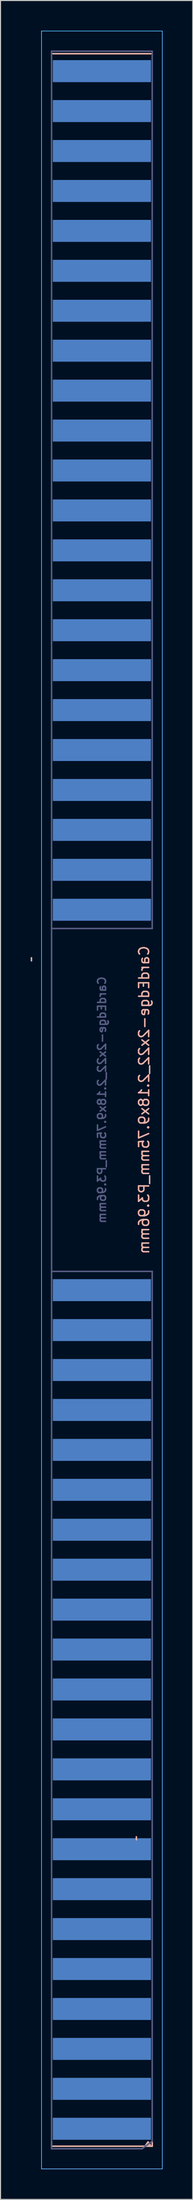
<source format=kicad_pcb>
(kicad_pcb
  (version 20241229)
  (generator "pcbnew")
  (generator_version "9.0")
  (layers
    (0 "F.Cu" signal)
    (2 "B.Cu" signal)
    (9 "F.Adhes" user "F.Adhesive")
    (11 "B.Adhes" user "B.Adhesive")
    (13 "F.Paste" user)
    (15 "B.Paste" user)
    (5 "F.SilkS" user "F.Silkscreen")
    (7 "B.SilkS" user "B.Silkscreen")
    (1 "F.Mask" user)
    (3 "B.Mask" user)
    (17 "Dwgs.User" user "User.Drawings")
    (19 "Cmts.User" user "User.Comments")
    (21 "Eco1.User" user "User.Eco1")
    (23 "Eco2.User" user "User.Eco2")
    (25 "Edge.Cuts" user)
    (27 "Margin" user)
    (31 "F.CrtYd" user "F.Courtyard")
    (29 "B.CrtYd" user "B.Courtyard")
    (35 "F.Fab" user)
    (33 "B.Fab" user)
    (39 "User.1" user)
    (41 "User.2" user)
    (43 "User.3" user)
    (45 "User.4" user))
  (footprint "CardEdge-2x22_2.18x9.75mm_P3.96mm"
    (layer "F.Cu")
    (at 7.075 106.025)
    (property "Reference" "CardEdge-2x22_2.18x9.75mm_P3.96mm" (at 4.191 0 90) (layer "B.SilkS") (effects (font (size 1 1) (thickness 0.15)) (justify mirror)))
    (fp_line (start -7 -14.1) (end -7 -13.8) (stroke (width 0.15) (type solid)) (layer "B.SilkS"))
    (fp_line (start -5 -103.75) (end 5 -103.75) (stroke (width 0.15) (type solid)) (layer "B.SilkS"))
    (fp_line (start -5 103.35) (end -5 103.75) (stroke (width 0.15) (type solid)) (layer "B.SilkS"))
    (fp_line (start -5 103.75) (end 5 103.75) (stroke (width 0.15) (type solid)) (layer "B.SilkS"))
    (fp_line (start 3.425 73.065) (end 3.425 73.365) (stroke (width 0.15) (type solid)) (layer "B.SilkS"))
    (fp_line (start 5 103.35) (end 5 103.75) (stroke (width 0.15) (type solid)) (layer "B.SilkS"))
    (fp_poly (pts (xy 4.586 103.302) (xy 4.346 103.632) (xy 4.826 103.632) (xy 4.586 103.302)) (stroke (width 0.12) (type solid)) (fill yes) (layer "B.SilkS"))
    (fp_line (start -6 -106) (end -6 106) (stroke (width 0.05) (type solid)) (layer "B.CrtYd"))
    (fp_line (start -6 -106) (end 6 -106) (stroke (width 0.05) (type solid)) (layer "B.CrtYd"))
    (fp_line (start -6 106) (end 6 106) (stroke (width 0.05) (type solid)) (layer "B.CrtYd"))
    (fp_line (start 6 -106) (end 6 106) (stroke (width 0.05) (type solid)) (layer "B.CrtYd"))
    (fp_line (start -6 -106) (end 6 -106) (stroke (width 0.05) (type solid)) (layer "F.CrtYd"))
    (fp_line (start -6 106) (end -6 -106) (stroke (width 0.05) (type solid)) (layer "F.CrtYd"))
    (fp_line (start -6 106) (end 6 106) (stroke (width 0.05) (type solid)) (layer "F.CrtYd"))
    (fp_line (start 6 106) (end 6 -106) (stroke (width 0.05) (type solid)) (layer "F.CrtYd"))
    (fp_line (start -5 -104) (end -5 104) (stroke (width 0.15) (type solid)) (layer "B.Fab"))
    (fp_line (start -5 -17) (end 5 -17) (stroke (width 0.15) (type solid)) (layer "B.Fab"))
    (fp_line (start -5 17) (end 5 17) (stroke (width 0.15) (type solid)) (layer "B.Fab"))
    (fp_line (start -5 104) (end 4 104) (stroke (width 0.15) (type solid)) (layer "B.Fab"))
    (fp_line (start 4 104) (end 5 103.25) (stroke (width 0.15) (type solid)) (layer "B.Fab"))
    (fp_line (start 5 -104) (end -5 -104) (stroke (width 0.15) (type solid)) (layer "B.Fab"))
    (fp_line (start 5 -17) (end 5 -104) (stroke (width 0.15) (type solid)) (layer "B.Fab"))
    (fp_line (start 5 103.25) (end 5 17) (stroke (width 0.15) (type solid)) (layer "B.Fab"))
    (fp_text user "${REFERENCE}" (at 0 0 90) (layer "B.Fab") (effects (font (size 0.8 0.8) (thickness 0.15)) (justify mirror)))
    (pad "1" smd rect (at 0 102.02 270) (size 2.18 9.75) (layers "B.Cu" "B.Mask" "B.Paste"))
    (pad "2" smd rect (at 0 98.06 270) (size 2.18 9.75) (layers "B.Cu" "B.Mask" "B.Paste"))
    (pad "3" smd rect (at 0 94.1 270) (size 2.18 9.75) (layers "B.Cu" "B.Mask" "B.Paste"))
    (pad "4" smd rect (at 0 90.14 270) (size 2.18 9.75) (layers "B.Cu" "B.Mask" "B.Paste"))
    (pad "5" smd rect (at 0 86.18 270) (size 2.18 9.75) (layers "B.Cu" "B.Mask" "B.Paste"))
    (pad "6" smd rect (at 0 82.22 270) (size 2.18 9.75) (layers "B.Cu" "B.Mask" "B.Paste"))
    (pad "7" smd rect (at 0 78.26 270) (size 2.18 9.75) (layers "B.Cu" "B.Mask" "B.Paste"))
    (pad "8" smd rect (at 0 74.3 270) (size 2.18 9.75) (layers "B.Cu" "B.Mask" "B.Paste"))
    (pad "9" smd rect (at 0 70.34 270) (size 2.18 9.75) (layers "B.Cu" "B.Mask" "B.Paste"))
    (pad "10" smd rect (at 0 66.38 270) (size 2.18 9.75) (layers "B.Cu" "B.Mask" "B.Paste"))
    (pad "11" smd rect (at 0 62.42 270) (size 2.18 9.75) (layers "B.Cu" "B.Mask" "B.Paste"))
    (pad "12" smd rect (at 0 58.46 270) (size 2.18 9.75) (layers "B.Cu" "B.Mask" "B.Paste"))
    (pad "13" smd rect (at 0 54.5 270) (size 2.18 9.75) (layers "B.Cu" "B.Mask" "B.Paste"))
    (pad "14" smd rect (at 0 50.54 270) (size 2.18 9.75) (layers "B.Cu" "B.Mask" "B.Paste"))
    (pad "15" smd rect (at 0 46.58 270) (size 2.18 9.75) (layers "B.Cu" "B.Mask" "B.Paste"))
    (pad "16" smd rect (at 0 42.62 270) (size 2.18 9.75) (layers "B.Cu" "B.Mask" "B.Paste"))
    (pad "17" smd rect (at 0 38.66 270) (size 2.18 9.75) (layers "B.Cu" "B.Mask" "B.Paste"))
    (pad "18" smd rect (at 0 34.7 270) (size 2.18 9.75) (layers "B.Cu" "B.Mask" "B.Paste"))
    (pad "19" smd rect (at 0 30.74 270) (size 2.18 9.75) (layers "B.Cu" "B.Mask" "B.Paste"))
    (pad "20" smd rect (at 0 26.78 270) (size 2.18 9.75) (layers "B.Cu" "B.Mask" "B.Paste"))
    (pad "21" smd rect (at 0 22.82 270) (size 2.18 9.75) (layers "B.Cu" "B.Mask" "B.Paste"))
    (pad "22" smd rect (at 0 18.86 270) (size 2.18 9.75) (layers "B.Cu" "B.Mask" "B.Paste"))
    (pad "23" smd rect (at 0 -18.86 90) (size 2.18 9.75) (layers "B.Cu" "B.Mask" "B.Paste"))
    (pad "24" smd rect (at 0 -22.82 90) (size 2.18 9.75) (layers "B.Cu" "B.Mask" "B.Paste"))
    (pad "25" smd rect (at 0 -26.78 90) (size 2.18 9.75) (layers "B.Cu" "B.Mask" "B.Paste"))
    (pad "26" smd rect (at 0 -30.74 90) (size 2.18 9.75) (layers "B.Cu" "B.Mask" "B.Paste"))
    (pad "27" smd rect (at 0 -34.7 90) (size 2.18 9.75) (layers "B.Cu" "B.Mask" "B.Paste"))
    (pad "28" smd rect (at 0 -38.66 90) (size 2.18 9.75) (layers "B.Cu" "B.Mask" "B.Paste"))
    (pad "29" smd rect (at 0 -42.62 90) (size 2.18 9.75) (layers "B.Cu" "B.Mask" "B.Paste"))
    (pad "30" smd rect (at 0 -46.58 90) (size 2.18 9.75) (layers "B.Cu" "B.Mask" "B.Paste"))
    (pad "31" smd rect (at 0 -50.54 90) (size 2.18 9.75) (layers "B.Cu" "B.Mask" "B.Paste"))
    (pad "32" smd rect (at 0 -54.5 90) (size 2.18 9.75) (layers "B.Cu" "B.Mask" "B.Paste"))
    (pad "33" smd rect (at 0 -58.46 90) (size 2.18 9.75) (layers "B.Cu" "B.Mask" "B.Paste"))
    (pad "34" smd rect (at 0 -62.42 90) (size 2.18 9.75) (layers "B.Cu" "B.Mask" "B.Paste"))
    (pad "35" smd rect (at 0 -66.38 90) (size 2.18 9.75) (layers "B.Cu" "B.Mask" "B.Paste"))
    (pad "36" smd rect (at 0 -70.34 90) (size 2.18 9.75) (layers "B.Cu" "B.Mask" "B.Paste"))
    (pad "37" smd rect (at 0 -74.3 90) (size 2.18 9.75) (layers "B.Cu" "B.Mask" "B.Paste"))
    (pad "38" smd rect (at 0 -78.26 90) (size 2.18 9.75) (layers "B.Cu" "B.Mask" "B.Paste"))
    (pad "39" smd rect (at 0 -82.22 90) (size 2.18 9.75) (layers "B.Cu" "B.Mask" "B.Paste"))
    (pad "40" smd rect (at 0 -86.18 90) (size 2.18 9.75) (layers "B.Cu" "B.Mask" "B.Paste"))
    (pad "41" smd rect (at 0 -90.14 90) (size 2.18 9.75) (layers "B.Cu" "B.Mask" "B.Paste"))
    (pad "42" smd rect (at 0 -94.1 90) (size 2.18 9.75) (layers "B.Cu" "B.Mask" "B.Paste"))
    (pad "43" smd rect (at 0 -98.06 90) (size 2.18 9.75) (layers "B.Cu" "B.Mask" "B.Paste"))
    (pad "44" smd rect (at 0 -102.02 90) (size 2.18 9.75) (layers "B.Cu" "B.Mask" "B.Paste")))
  (gr_rect
    (start -3 -3)
    (end 16.1 215.05)
    (stroke (width 0.1) (type default))
    (fill no)
    (layer "Edge.Cuts")))
</source>
